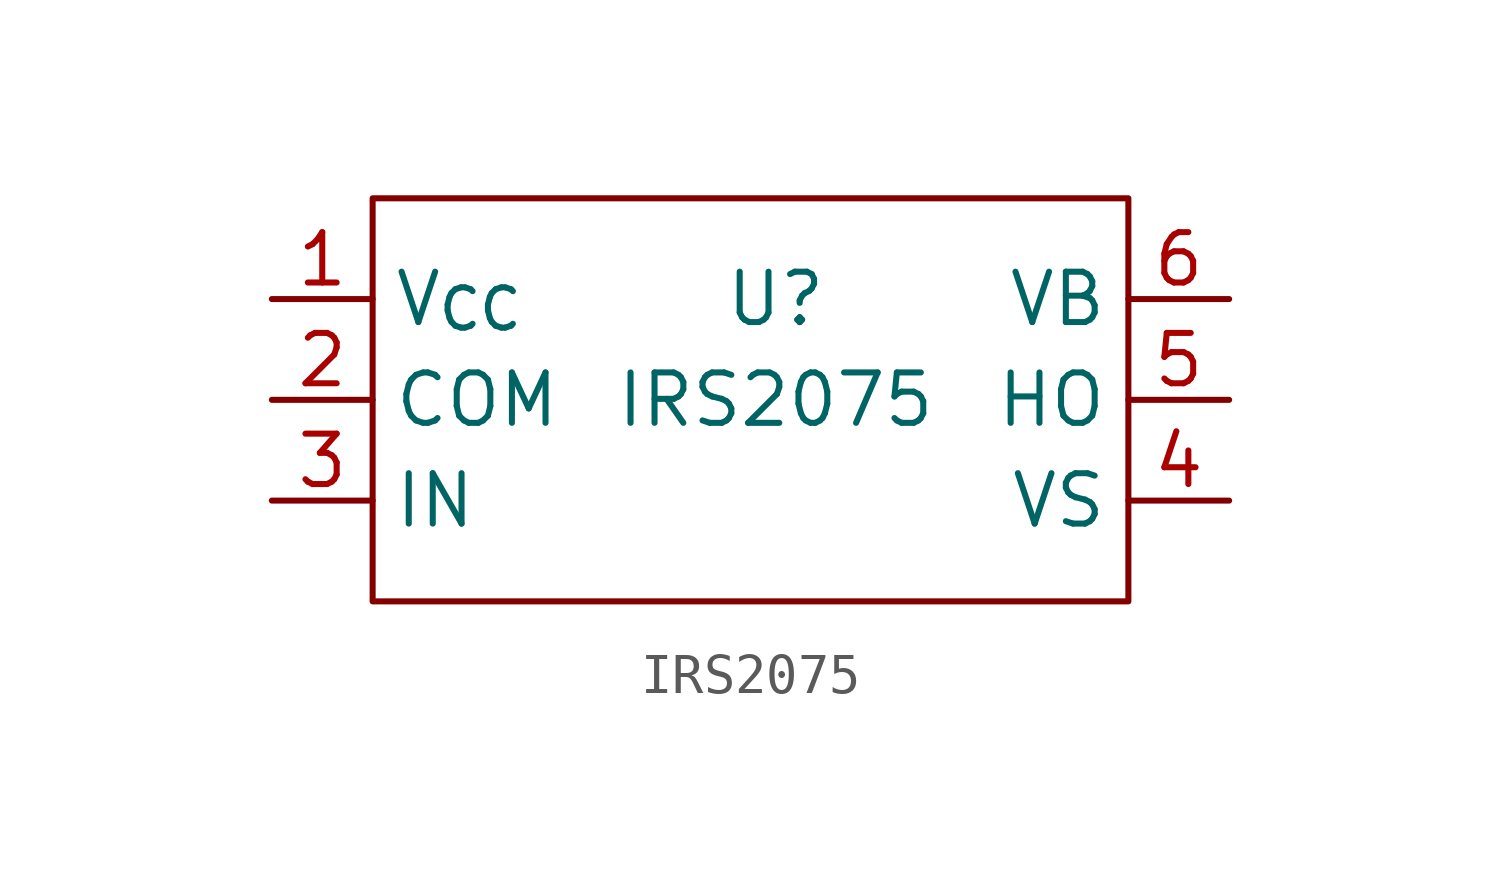
<source format=kicad_sym>
(kicad_symbol_lib
  (version 20220914)
  (generator kicad_symbol_editor)
  (symbol "IRS2075"
    (property "Reference" "U"
      (at 0 2.54 0)
      (effects (font (size 1.27 1.27))))
    (property "Value" "IRS2075"
      (at 0 0 0)
      (effects (font (size 1.27 1.27))))
    (symbol "IRS2075_0_1"
      (rectangle (start -10.16 5.08) (end 8.89 -5.08) (stroke (width 0) (type default)) (fill (type none))))
    (symbol "IRS2075_1_1"
      (pin input line (at -12.7 2.54 0) (length 2.54) (name "V_{CC}" (effects (font (size 1.27 1.27)))) (number "1" (effects (font (size 1.27 1.27)))))
      (pin input line (at -12.7 0 0) (length 2.54) (name "COM" (effects (font (size 1.27 1.27)))) (number "2" (effects (font (size 1.27 1.27)))))
      (pin input line (at -12.7 -2.54 0) (length 2.54) (name "IN" (effects (font (size 1.27 1.27)))) (number "3" (effects (font (size 1.27 1.27)))))
      (pin input line (at 11.43 -2.54 180) (length 2.54) (name "VS" (effects (font (size 1.27 1.27)))) (number "4" (effects (font (size 1.27 1.27)))))
      (pin input line (at 11.43 0 180) (length 2.54) (name "HO" (effects (font (size 1.27 1.27)))) (number "5" (effects (font (size 1.27 1.27)))))
      (pin input line (at 11.43 2.54 180) (length 2.54) (name "VB" (effects (font (size 1.27 1.27)))) (number "6" (effects (font (size 1.27 1.27))))))))
</source>
